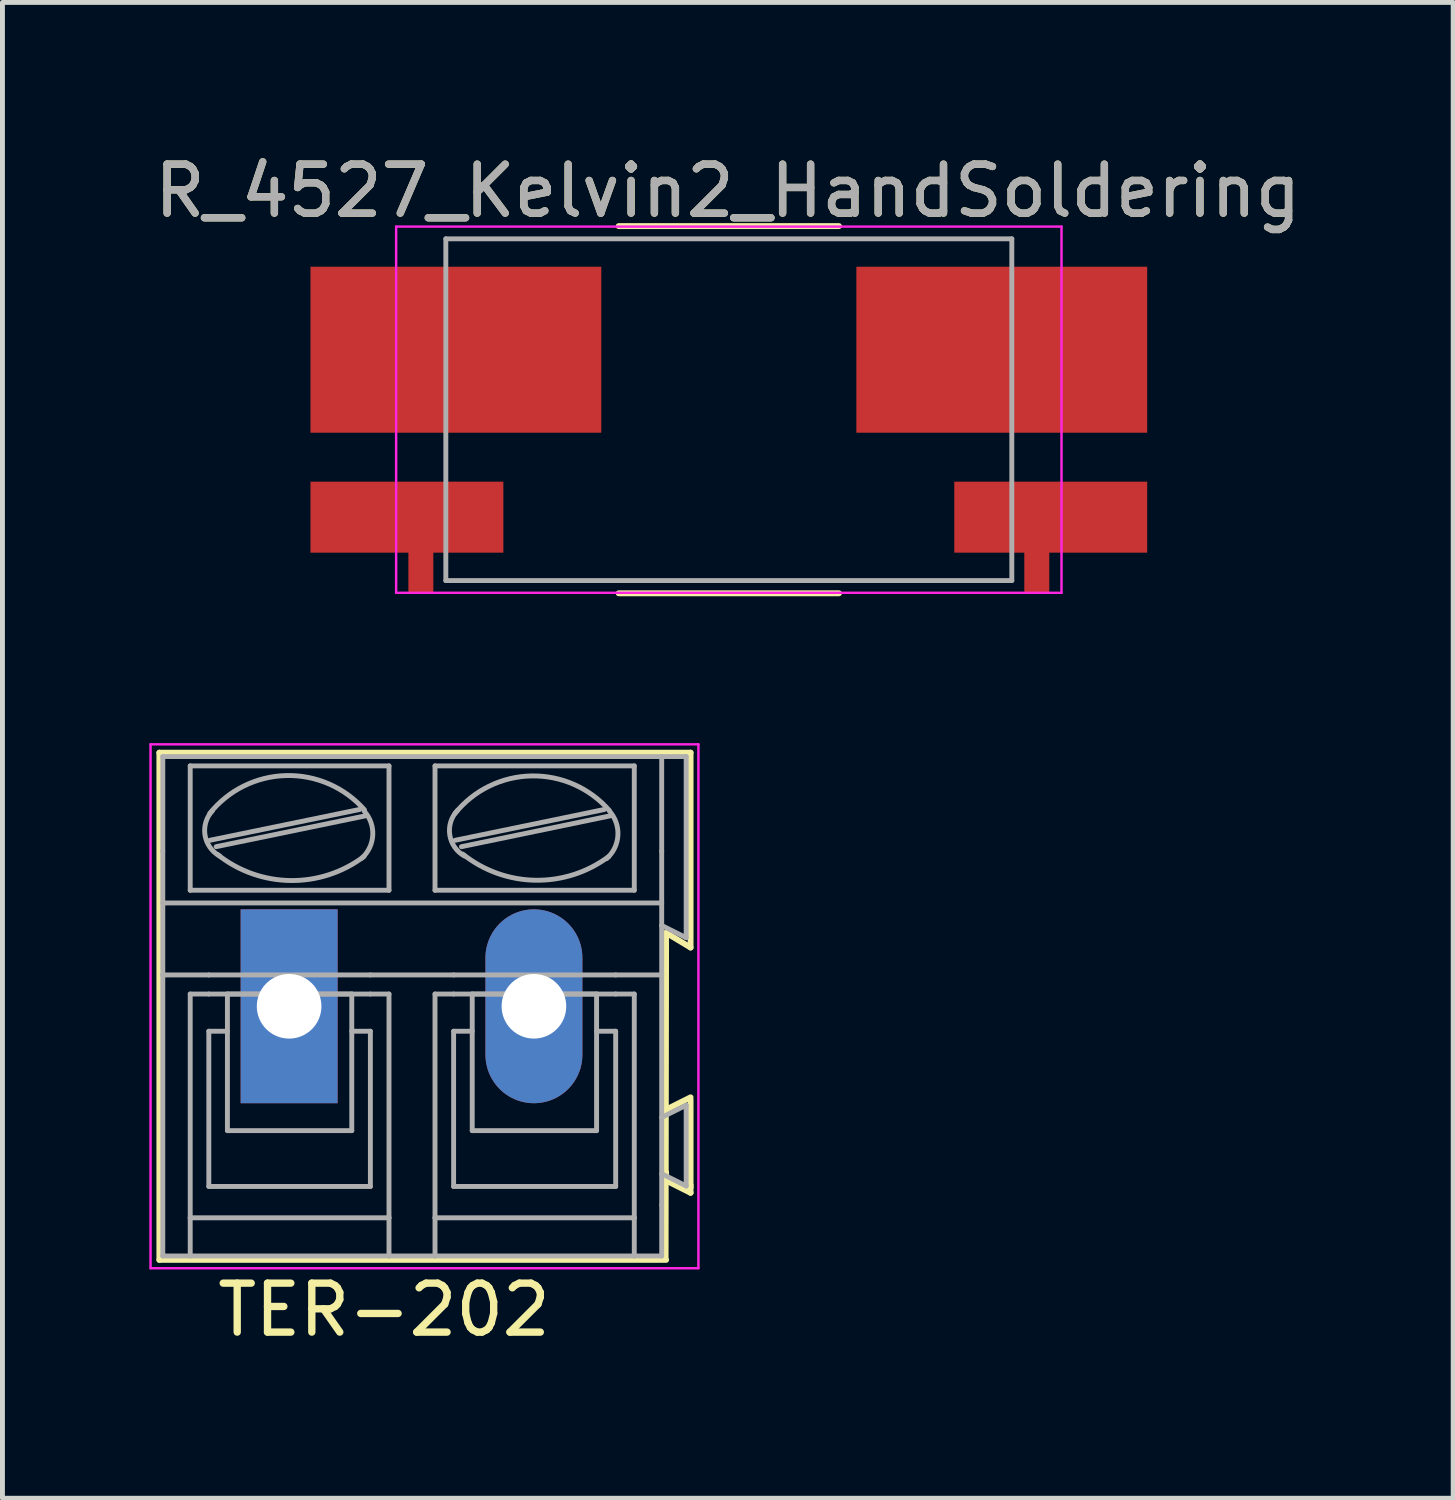
<source format=kicad_pcb>
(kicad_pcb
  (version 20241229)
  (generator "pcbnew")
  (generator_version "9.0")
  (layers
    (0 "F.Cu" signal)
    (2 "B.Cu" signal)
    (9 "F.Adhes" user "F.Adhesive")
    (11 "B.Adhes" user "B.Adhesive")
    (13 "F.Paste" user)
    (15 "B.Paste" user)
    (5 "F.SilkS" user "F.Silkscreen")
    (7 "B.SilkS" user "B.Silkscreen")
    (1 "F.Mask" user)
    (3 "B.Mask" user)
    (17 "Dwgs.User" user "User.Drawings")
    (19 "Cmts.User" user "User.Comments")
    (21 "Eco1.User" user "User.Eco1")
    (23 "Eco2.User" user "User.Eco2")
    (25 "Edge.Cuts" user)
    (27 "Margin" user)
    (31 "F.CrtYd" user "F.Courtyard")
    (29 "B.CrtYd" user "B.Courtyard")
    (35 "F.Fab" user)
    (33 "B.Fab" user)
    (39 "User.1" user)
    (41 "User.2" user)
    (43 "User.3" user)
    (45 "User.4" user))
  (footprint "R_4527_Kelvin2_HandSoldering"
    (layer "F.Cu")
    (at 11.836 5.318)
    (property "Reference" "R_4527_Kelvin2_HandSoldering" (at -0.02 -4.47 0) (layer "F.SilkS") (effects (font (size 1 1) (thickness 0.15))))
    (attr smd)
    (fp_line (start -2.25 -3.75) (end 2.25 -3.75) (stroke (width 0.12) (type solid)) (layer "F.SilkS"))
    (fp_line (start -2.25 3.75) (end 2.25 3.75) (stroke (width 0.12) (type solid)) (layer "F.SilkS"))
    (fp_line (start -6.795 -3.74) (end -6.795 3.74) (stroke (width 0.05) (type solid)) (layer "F.CrtYd"))
    (fp_line (start -6.795 -3.74) (end 6.795 -3.74) (stroke (width 0.05) (type solid)) (layer "F.CrtYd"))
    (fp_line (start 6.795 3.74) (end -6.795 3.74) (stroke (width 0.05) (type solid)) (layer "F.CrtYd"))
    (fp_line (start 6.795 3.74) (end 6.795 -3.74) (stroke (width 0.05) (type solid)) (layer "F.CrtYd"))
    (fp_line (start -5.78 -3.49) (end 5.78 -3.49) (stroke (width 0.1) (type solid)) (layer "F.Fab"))
    (fp_line (start -5.78 3.49) (end -5.78 -3.49) (stroke (width 0.1) (type solid)) (layer "F.Fab"))
    (fp_line (start -5.78 3.49) (end 5.78 3.49) (stroke (width 0.1) (type solid)) (layer "F.Fab"))
    (fp_line (start 5.78 3.49) (end 5.78 -3.49) (stroke (width 0.1) (type solid)) (layer "F.Fab"))
    (fp_text user "${REFERENCE}" (at -0.02 -4.47 0) (layer "F.Fab") (effects (font (size 1 1) (thickness 0.15))))
    (pad "1" smd rect (at -6.575 2.195) (size 3.94 1.45) (layers "F.Cu" "F.Mask" "F.Paste"))
    (pad "1" smd rect (at -6.29 3.25) (size 0.51 1) (layers "F.Cu" "F.Mask" "F.Paste"))
    (pad "1" smd rect (at -5.575 -1.225) (size 5.94 3.39) (layers "F.Cu" "F.Mask" "F.Paste"))
    (pad "2" smd rect (at 5.575 -1.225) (size 5.94 3.39) (layers "F.Cu" "F.Mask" "F.Paste"))
    (pad "2" smd rect (at 6.29 3.25) (size 0.51 1) (layers "F.Cu" "F.Mask" "F.Paste"))
    (pad "2" smd rect (at 6.575 2.195) (size 3.94 1.45) (layers "F.Cu" "F.Mask" "F.Paste")))
  (footprint "TER-202"
    (layer "F.Cu")
    (at 2.855 17.503)
    (property "Reference" "TER-202" (at 1.94 6.2 0) (layer "F.SilkS") (effects (font (size 1 1) (thickness 0.15))))
    (attr through_hole)
    (fp_line (start -2.65 -5.18) (end -2.65 5.18) (stroke (width 0.12) (type solid)) (layer "F.SilkS"))
    (fp_line (start -2.65 5.18) (end 7.7 5.18) (stroke (width 0.12) (type solid)) (layer "F.SilkS"))
    (fp_line (start 7.69 5.16) (end 7.7 -1.5) (stroke (width 0.12) (type solid)) (layer "F.SilkS"))
    (fp_line (start 7.7 -1.5) (end 8.2 -1.2) (stroke (width 0.12) (type solid)) (layer "F.SilkS"))
    (fp_line (start 7.7 3.39) (end 7.7 3.56) (stroke (width 0.12) (type solid)) (layer "F.SilkS"))
    (fp_line (start 7.7 3.56) (end 8.2 3.81) (stroke (width 0.12) (type solid)) (layer "F.SilkS"))
    (fp_line (start 8.2 -5.18) (end -2.65 -5.18) (stroke (width 0.12) (type solid)) (layer "F.SilkS"))
    (fp_line (start 8.2 -1.2) (end 8.2 -5.18) (stroke (width 0.12) (type solid)) (layer "F.SilkS"))
    (fp_line (start 8.2 1.86) (end 7.7 2.11) (stroke (width 0.12) (type solid)) (layer "F.SilkS"))
    (fp_line (start 8.2 3.7) (end 8.2 3.65) (stroke (width 0.12) (type solid)) (layer "F.SilkS"))
    (fp_line (start 8.2 3.81) (end 8.2 1.91) (stroke (width 0.12) (type solid)) (layer "F.SilkS"))
    (fp_line (start -2.83 -5.35) (end -2.83 5.35) (stroke (width 0.05) (type solid)) (layer "F.CrtYd"))
    (fp_line (start -2.83 5.35) (end 8.36 5.35) (stroke (width 0.05) (type solid)) (layer "F.CrtYd"))
    (fp_line (start 8.36 -5.35) (end -2.83 -5.35) (stroke (width 0.05) (type solid)) (layer "F.CrtYd"))
    (fp_line (start 8.36 5.35) (end 8.36 -5.35) (stroke (width 0.05) (type solid)) (layer "F.CrtYd"))
    (fp_line (start -2.58 -3.17) (end -2.58 -5.1) (stroke (width 0.1) (type solid)) (layer "F.Fab"))
    (fp_line (start -2.58 -2.11) (end 7.61 -2.11) (stroke (width 0.1) (type solid)) (layer "F.Fab"))
    (fp_line (start -2.58 -0.64) (end -2.58 -3.17) (stroke (width 0.1) (type solid)) (layer "F.Fab"))
    (fp_line (start -2.58 -0.64) (end -1.64 -0.64) (stroke (width 0.1) (type solid)) (layer "F.Fab"))
    (fp_line (start -2.58 5.1) (end -2.58 -0.64) (stroke (width 0.1) (type solid)) (layer "F.Fab"))
    (fp_line (start -2.58 5.1) (end -2.02 5.1) (stroke (width 0.1) (type solid)) (layer "F.Fab"))
    (fp_line (start -2.02 -2.37) (end -2.02 -4.91) (stroke (width 0.1) (type solid)) (layer "F.Fab"))
    (fp_line (start -2.02 -0.25) (end -2.02 4.32) (stroke (width 0.1) (type solid)) (layer "F.Fab"))
    (fp_line (start -2.02 -0.25) (end -1.64 -0.25) (stroke (width 0.1) (type solid)) (layer "F.Fab"))
    (fp_line (start -2.02 4.32) (end -2.02 5.1) (stroke (width 0.1) (type solid)) (layer "F.Fab"))
    (fp_line (start -2.02 5.1) (end 2.04 5.1) (stroke (width 0.1) (type solid)) (layer "F.Fab"))
    (fp_line (start -1.64 -0.64) (end 1.66 -0.64) (stroke (width 0.1) (type solid)) (layer "F.Fab"))
    (fp_line (start -1.64 0.51) (end -1.26 0.51) (stroke (width 0.1) (type solid)) (layer "F.Fab"))
    (fp_line (start -1.64 3.68) (end -1.64 0.51) (stroke (width 0.1) (type solid)) (layer "F.Fab"))
    (fp_line (start -1.62 -3.39) (end 1.44 -4.02) (stroke (width 0.1) (type solid)) (layer "F.Fab"))
    (fp_line (start -1.49 -3.26) (end 1.56 -3.89) (stroke (width 0.1) (type solid)) (layer "F.Fab"))
    (fp_line (start -1.26 -0.25) (end 1.28 -0.25) (stroke (width 0.1) (type solid)) (layer "F.Fab"))
    (fp_line (start -1.26 2.54) (end -1.26 -0.25) (stroke (width 0.1) (type solid)) (layer "F.Fab"))
    (fp_line (start -1.26 2.54) (end 1.28 2.54) (stroke (width 0.1) (type solid)) (layer "F.Fab"))
    (fp_line (start 1.28 2.54) (end 1.28 -0.25) (stroke (width 0.1) (type solid)) (layer "F.Fab"))
    (fp_line (start 1.66 -0.64) (end 3.36 -0.64) (stroke (width 0.1) (type solid)) (layer "F.Fab"))
    (fp_line (start 1.66 -0.25) (end -1.64 -0.25) (stroke (width 0.1) (type solid)) (layer "F.Fab"))
    (fp_line (start 1.66 0.51) (end 1.28 0.51) (stroke (width 0.1) (type solid)) (layer "F.Fab"))
    (fp_line (start 1.66 3.68) (end -1.64 3.68) (stroke (width 0.1) (type solid)) (layer "F.Fab"))
    (fp_line (start 1.66 3.68) (end 1.66 0.51) (stroke (width 0.1) (type solid)) (layer "F.Fab"))
    (fp_line (start 2.04 -4.91) (end -2.02 -4.91) (stroke (width 0.1) (type solid)) (layer "F.Fab"))
    (fp_line (start 2.04 -2.37) (end -2.02 -2.37) (stroke (width 0.1) (type solid)) (layer "F.Fab"))
    (fp_line (start 2.04 -2.37) (end 2.04 -4.91) (stroke (width 0.1) (type solid)) (layer "F.Fab"))
    (fp_line (start 2.04 -0.25) (end 1.66 -0.25) (stroke (width 0.1) (type solid)) (layer "F.Fab"))
    (fp_line (start 2.04 4.32) (end -2.02 4.32) (stroke (width 0.1) (type solid)) (layer "F.Fab"))
    (fp_line (start 2.04 4.32) (end 2.04 -0.25) (stroke (width 0.1) (type solid)) (layer "F.Fab"))
    (fp_line (start 2.04 5.1) (end 2.04 4.32) (stroke (width 0.1) (type solid)) (layer "F.Fab"))
    (fp_line (start 2.04 5.1) (end 2.98 5.1) (stroke (width 0.1) (type solid)) (layer "F.Fab"))
    (fp_line (start 2.98 -4.91) (end 7.05 -4.91) (stroke (width 0.1) (type solid)) (layer "F.Fab"))
    (fp_line (start 2.98 -2.37) (end 2.98 -4.91) (stroke (width 0.1) (type solid)) (layer "F.Fab"))
    (fp_line (start 2.98 -0.25) (end 3.36 -0.25) (stroke (width 0.1) (type solid)) (layer "F.Fab"))
    (fp_line (start 2.98 4.32) (end 2.98 -0.25) (stroke (width 0.1) (type solid)) (layer "F.Fab"))
    (fp_line (start 2.98 4.32) (end 7.05 4.32) (stroke (width 0.1) (type solid)) (layer "F.Fab"))
    (fp_line (start 2.98 5.1) (end 2.98 4.32) (stroke (width 0.1) (type solid)) (layer "F.Fab"))
    (fp_line (start 2.98 5.1) (end 7.05 5.1) (stroke (width 0.1) (type solid)) (layer "F.Fab"))
    (fp_line (start 3.36 -0.25) (end 6.67 -0.25) (stroke (width 0.1) (type solid)) (layer "F.Fab"))
    (fp_line (start 3.36 0.51) (end 3.74 0.51) (stroke (width 0.1) (type solid)) (layer "F.Fab"))
    (fp_line (start 3.36 3.68) (end 3.36 0.51) (stroke (width 0.1) (type solid)) (layer "F.Fab"))
    (fp_line (start 3.39 -3.39) (end 6.44 -4.02) (stroke (width 0.1) (type solid)) (layer "F.Fab"))
    (fp_line (start 3.52 -3.26) (end 6.56 -3.89) (stroke (width 0.1) (type solid)) (layer "F.Fab"))
    (fp_line (start 3.74 -0.25) (end 6.28 -0.25) (stroke (width 0.1) (type solid)) (layer "F.Fab"))
    (fp_line (start 3.74 2.54) (end 3.74 -0.25) (stroke (width 0.1) (type solid)) (layer "F.Fab"))
    (fp_line (start 3.74 2.54) (end 6.28 2.54) (stroke (width 0.1) (type solid)) (layer "F.Fab"))
    (fp_line (start 6.28 2.54) (end 6.28 -0.25) (stroke (width 0.1) (type solid)) (layer "F.Fab"))
    (fp_line (start 6.67 -0.64) (end 3.36 -0.64) (stroke (width 0.1) (type solid)) (layer "F.Fab"))
    (fp_line (start 6.67 0.51) (end 6.28 0.51) (stroke (width 0.1) (type solid)) (layer "F.Fab"))
    (fp_line (start 6.67 3.68) (end 3.36 3.68) (stroke (width 0.1) (type solid)) (layer "F.Fab"))
    (fp_line (start 6.67 3.68) (end 6.67 0.51) (stroke (width 0.1) (type solid)) (layer "F.Fab"))
    (fp_line (start 7.05 -4.91) (end 7.05 -2.37) (stroke (width 0.1) (type solid)) (layer "F.Fab"))
    (fp_line (start 7.05 -2.37) (end 2.98 -2.37) (stroke (width 0.1) (type solid)) (layer "F.Fab"))
    (fp_line (start 7.05 -0.25) (end 6.67 -0.25) (stroke (width 0.1) (type solid)) (layer "F.Fab"))
    (fp_line (start 7.05 -0.25) (end 7.05 4.32) (stroke (width 0.1) (type solid)) (layer "F.Fab"))
    (fp_line (start 7.05 4.32) (end 7.05 5.1) (stroke (width 0.1) (type solid)) (layer "F.Fab"))
    (fp_line (start 7.05 5.1) (end 7.61 5.1) (stroke (width 0.1) (type solid)) (layer "F.Fab"))
    (fp_line (start 7.61 -5.1) (end -2.58 -5.1) (stroke (width 0.1) (type solid)) (layer "F.Fab"))
    (fp_line (start 7.61 -5.1) (end 7.61 -3.17) (stroke (width 0.1) (type solid)) (layer "F.Fab"))
    (fp_line (start 7.61 -5.1) (end 8.11 -5.1) (stroke (width 0.1) (type solid)) (layer "F.Fab"))
    (fp_line (start 7.61 -3.17) (end 7.61 -1.65) (stroke (width 0.1) (type solid)) (layer "F.Fab"))
    (fp_line (start 7.61 -1.65) (end 7.61 -0.64) (stroke (width 0.1) (type solid)) (layer "F.Fab"))
    (fp_line (start 7.61 -0.64) (end 6.67 -0.64) (stroke (width 0.1) (type solid)) (layer "F.Fab"))
    (fp_line (start 7.61 -0.64) (end 7.61 4.06) (stroke (width 0.1) (type solid)) (layer "F.Fab"))
    (fp_line (start 7.61 4.06) (end 7.61 5.1) (stroke (width 0.1) (type solid)) (layer "F.Fab"))
    (fp_line (start 8.11 -5.1) (end 8.11 -1.4) (stroke (width 0.1) (type solid)) (layer "F.Fab"))
    (fp_line (start 8.11 -1.4) (end 7.61 -1.65) (stroke (width 0.1) (type solid)) (layer "F.Fab"))
    (fp_line (start 8.11 2.02) (end 7.61 2.27) (stroke (width 0.1) (type solid)) (layer "F.Fab"))
    (fp_line (start 8.11 2.02) (end 8.11 3.67) (stroke (width 0.1) (type solid)) (layer "F.Fab"))
    (fp_line (start 8.11 3.67) (end 7.61 3.42) (stroke (width 0.1) (type solid)) (layer "F.Fab"))
    (fp_arc (start -1.62 -3.94) (mid -0.05669 -4.712528) (end 1.539976 -4.011534) (stroke (width 0.1) (type solid)) (layer "F.Fab"))
    (fp_arc (start -1.42 -3.07) (mid -1.718466 -3.499406) (end -1.562972 -3.998699) (stroke (width 0.1) (type solid)) (layer "F.Fab"))
    (fp_arc (start 1.53 -3.99) (mid 1.708693 -3.498754) (end 1.485619 -3.026005) (stroke (width 0.1) (type solid)) (layer "F.Fab"))
    (fp_arc (start 1.53 -3.06) (mid 0.02849 -2.568196) (end -1.459829 -3.098582) (stroke (width 0.1) (type solid)) (layer "F.Fab"))
    (fp_arc (start 3.39 -3.94) (mid 4.949737 -4.704867) (end 6.538239 -4.001686) (stroke (width 0.1) (type solid)) (layer "F.Fab"))
    (fp_arc (start 3.58 -3.07) (mid 3.281534 -3.499406) (end 3.437028 -3.998699) (stroke (width 0.1) (type solid)) (layer "F.Fab"))
    (fp_arc (start 6.53 -3.06) (mid 5.030583 -2.574318) (end 3.547667 -3.108263) (stroke (width 0.1) (type solid)) (layer "F.Fab"))
    (fp_arc (start 6.54 -3.99) (mid 6.715733 -3.491652) (end 6.485532 -3.016005) (stroke (width 0.1) (type solid)) (layer "F.Fab"))
    (pad "1" thru_hole rect (at 0 0) (size 1.98 3.96) (drill 1.32) (layers "*.Cu" "F.Mask" "F.Paste"))
    (pad "2" thru_hole oval (at 5 0) (size 1.98 3.96) (drill 1.32) (layers "*.Cu" "F.Mask" "F.Paste")))
  (gr_rect
    (start -3 -3)
    (end 26.631 27.551)
    (stroke (width 0.1) (type default))
    (fill no)
    (layer "Edge.Cuts")))
</source>
